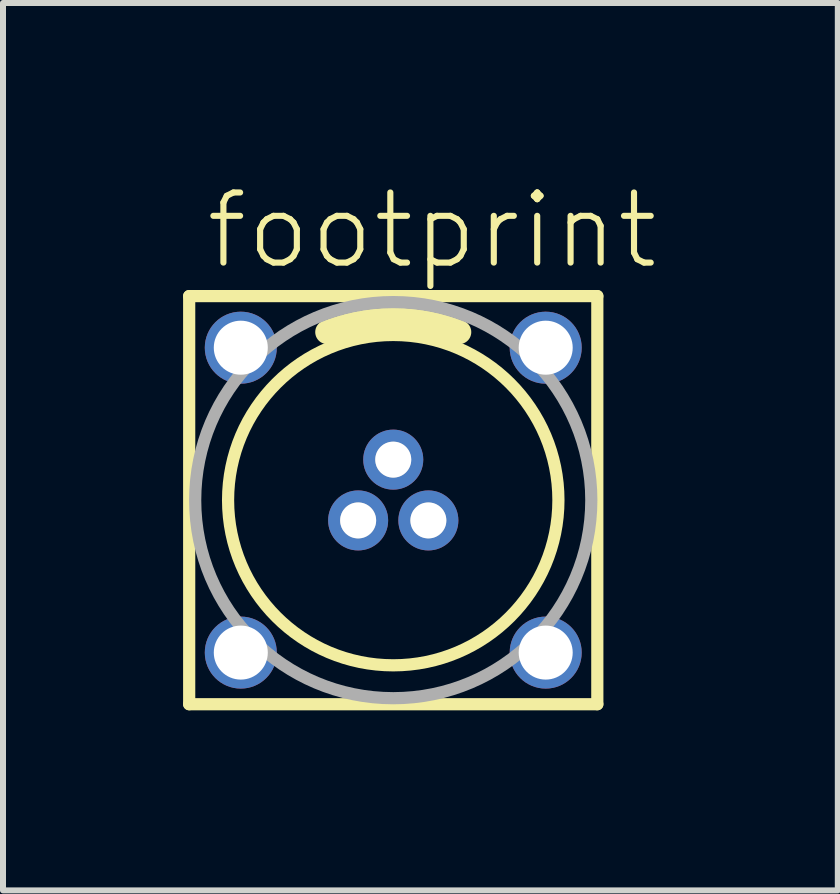
<source format=kicad_pcb>
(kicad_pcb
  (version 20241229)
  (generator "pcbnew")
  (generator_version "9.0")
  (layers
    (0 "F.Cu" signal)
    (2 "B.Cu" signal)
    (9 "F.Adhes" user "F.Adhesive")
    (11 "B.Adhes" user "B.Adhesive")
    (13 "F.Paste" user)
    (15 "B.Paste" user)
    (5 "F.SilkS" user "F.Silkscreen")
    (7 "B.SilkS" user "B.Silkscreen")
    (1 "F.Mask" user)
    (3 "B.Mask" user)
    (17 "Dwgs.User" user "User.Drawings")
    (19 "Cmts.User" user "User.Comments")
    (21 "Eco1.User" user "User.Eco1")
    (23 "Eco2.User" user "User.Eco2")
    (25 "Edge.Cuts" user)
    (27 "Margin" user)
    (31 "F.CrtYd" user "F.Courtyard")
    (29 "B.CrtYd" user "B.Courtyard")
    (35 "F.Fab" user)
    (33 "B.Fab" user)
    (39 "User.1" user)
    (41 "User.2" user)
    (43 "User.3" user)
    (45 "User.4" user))
  (footprint "footprint"
    (layer "F.Cu")
    (at 3.502 5.283)
    (property "Reference" "footprint" (at -3.175 -3.81 0) (layer "F.SilkS") (effects (font (size 1.168 1.168) (thickness 0.102)) (justify left bottom)))
    (fp_line (start -3.4 -3.4) (end 3.4 -3.4) (stroke (width 0.203) (type solid)) (layer "F.SilkS"))
    (fp_line (start -3.4 3.4) (end -3.4 -3.4) (stroke (width 0.203) (type solid)) (layer "F.SilkS"))
    (fp_line (start 3.4 -3.4) (end 3.4 3.4) (stroke (width 0.203) (type solid)) (layer "F.SilkS"))
    (fp_line (start 3.4 3.4) (end -3.4 3.4) (stroke (width 0.203) (type solid)) (layer "F.SilkS"))
    (fp_arc (start -1.1 -2.8) (mid 0 -3.008322) (end 1.1 -2.8) (stroke (width 0.4) (type solid)) (layer "F.SilkS"))
    (fp_circle (center 0 0) (end 2.752 0) (stroke (width 0.203) (type solid)) (fill no) (layer "F.SilkS"))
    (fp_circle (center -0.585 0.338) (end -0.386 0.338) (stroke (width 0.203) (type solid)) (fill no) (layer "F.Fab"))
    (fp_circle (center 0 -0.675) (end 0.198 -0.675) (stroke (width 0.203) (type solid)) (fill no) (layer "F.Fab"))
    (fp_circle (center 0 0) (end 3.3 0) (stroke (width 0.203) (type solid)) (fill no) (layer "F.Fab"))
    (fp_circle (center 0.585 0.338) (end 0.783 0.338) (stroke (width 0.203) (type solid)) (fill no) (layer "F.Fab"))
    (pad "1" thru_hole circle (at 0 -0.675) (size 1 1) (drill 0.6) (layers "*.Cu" "*.Mask"))
    (pad "2" thru_hole circle (at -0.585 0.338) (size 1 1) (drill 0.6) (layers "*.Cu" "*.Mask"))
    (pad "3" thru_hole circle (at 0.585 0.338) (size 1 1) (drill 0.6) (layers "*.Cu" "*.Mask"))
    (pad "M1" thru_hole circle (at -2.54 -2.54) (size 1.2 1.2) (drill 0.9) (layers "*.Cu" "*.Mask"))
    (pad "M2" thru_hole circle (at 2.54 -2.54) (size 1.2 1.2) (drill 0.9) (layers "*.Cu" "*.Mask"))
    (pad "M3" thru_hole circle (at 2.54 2.54) (size 1.2 1.2) (drill 0.9) (layers "*.Cu" "*.Mask"))
    (pad "M4" thru_hole circle (at -2.54 2.54) (size 1.2 1.2) (drill 0.9) (layers "*.Cu" "*.Mask")))
  (gr_rect
    (start -3 -3)
    (end 10.909 11.785)
    (stroke (width 0.1) (type default))
    (fill no)
    (layer "Edge.Cuts")))
</source>
